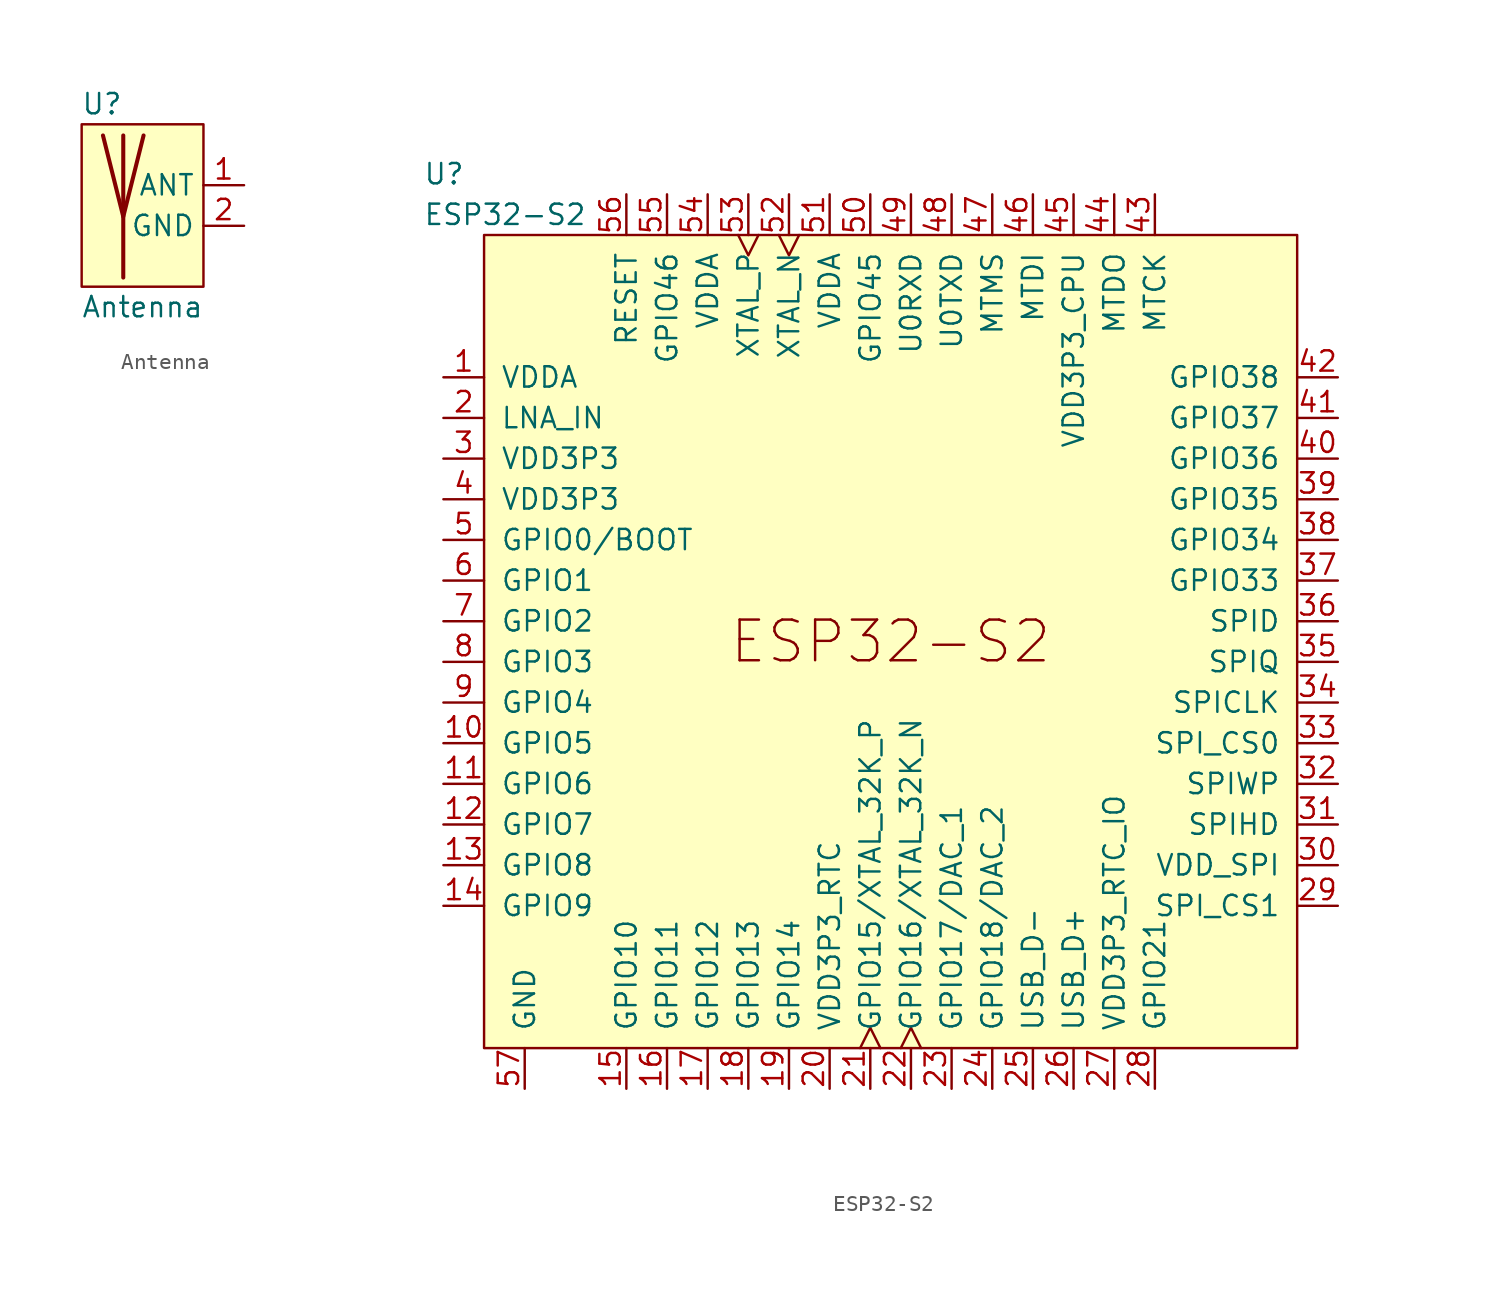
<source format=kicad_sym>
(kicad_symbol_lib
  (version 20211014)
  (generator kicad_symbol_editor)
  (symbol "Antenna"
    (property "Reference" "U"
      (at -2.54 6.35 0)
      (effects (font (size 1.27 1.27))))
    (property "Value" "Antenna"
      (at 0 -6.35 0)
      (effects (font (size 1.27 1.27))))
    (symbol "Antenna_0_1"
      (polyline (pts (xy -1.207 -3.239) (xy -1.207 -0.699)) (stroke (width 0) (type default) (color 0 0 0 0)) (fill (type none)))
      (polyline (pts (xy -1.207 4.381) (xy -1.207 -4.509)) (stroke (width 0.254) (type default) (color 0 0 0 0)) (fill (type none)))
      (polyline (pts (xy 0.063 4.381) (xy -1.207 -0.699) (xy -2.477 4.381)) (stroke (width 0.254) (type default) (color 0 0 0 0)) (fill (type none)))
      (rectangle (start 3.81 5.08) (end -3.81 -5.08) (stroke (width 0) (type default) (color 0 0 0 0)) (fill (type background))))
    (symbol "Antenna_1_1"
      (pin input line (at 6.35 1.27 180) (length 2.54) (name "ANT" (effects (font (size 1.27 1.27)))) (number "1" (effects (font (size 1.27 1.27)))))
      (pin input line (at 6.35 -1.27 180) (length 2.54) (name "GND" (effects (font (size 1.27 1.27)))) (number "2" (effects (font (size 1.27 1.27)))))))
  (symbol "ESP32-S2"
    (pin_names
      (offset 1.016))
    (property "Reference" "U"
      (at -29.21 29.21 0)
      (effects (font (size 1.27 1.27)) (justify left)))
    (property "Value" "ESP32-S2"
      (at -29.21 26.67 0)
      (effects (font (size 1.27 1.27)) (justify left)))
    (symbol "ESP32-S2_0_0"
      (text "ESP32-S2" (at 0 0 0) (effects (font (size 2.54 2.54)))))
    (symbol "ESP32-S2_0_1"
      (rectangle (start -25.4 25.4) (end 25.4 -25.4) (stroke (width 0) (type default) (color 0 0 0 0)) (fill (type background))))
    (symbol "ESP32-S2_1_1"
      (pin power_in line (at -27.94 16.51 0) (length 2.54) (name "VDDA" (effects (font (size 1.27 1.27)))) (number "1" (effects (font (size 1.27 1.27)))))
      (pin bidirectional line (at -27.94 -6.35 0) (length 2.54) (name "GPIO5" (effects (font (size 1.27 1.27)))) (number "10" (effects (font (size 1.27 1.27)))))
      (pin bidirectional line (at -27.94 -8.89 0) (length 2.54) (name "GPIO6" (effects (font (size 1.27 1.27)))) (number "11" (effects (font (size 1.27 1.27)))))
      (pin bidirectional line (at -27.94 -11.43 0) (length 2.54) (name "GPIO7" (effects (font (size 1.27 1.27)))) (number "12" (effects (font (size 1.27 1.27)))))
      (pin bidirectional line (at -27.94 -13.97 0) (length 2.54) (name "GPIO8" (effects (font (size 1.27 1.27)))) (number "13" (effects (font (size 1.27 1.27)))))
      (pin bidirectional line (at -27.94 -16.51 0) (length 2.54) (name "GPIO9" (effects (font (size 1.27 1.27)))) (number "14" (effects (font (size 1.27 1.27)))))
      (pin bidirectional line (at -16.51 -27.94 90) (length 2.54) (name "GPIO10" (effects (font (size 1.27 1.27)))) (number "15" (effects (font (size 1.27 1.27)))))
      (pin bidirectional line (at -13.97 -27.94 90) (length 2.54) (name "GPIO11" (effects (font (size 1.27 1.27)))) (number "16" (effects (font (size 1.27 1.27)))))
      (pin bidirectional line (at -11.43 -27.94 90) (length 2.54) (name "GPIO12" (effects (font (size 1.27 1.27)))) (number "17" (effects (font (size 1.27 1.27)))))
      (pin bidirectional line (at -8.89 -27.94 90) (length 2.54) (name "GPIO13" (effects (font (size 1.27 1.27)))) (number "18" (effects (font (size 1.27 1.27)))))
      (pin bidirectional line (at -6.35 -27.94 90) (length 2.54) (name "GPIO14" (effects (font (size 1.27 1.27)))) (number "19" (effects (font (size 1.27 1.27)))))
      (pin bidirectional line (at -27.94 13.97 0) (length 2.54) (name "LNA_IN" (effects (font (size 1.27 1.27)))) (number "2" (effects (font (size 1.27 1.27)))))
      (pin power_in line (at -3.81 -27.94 90) (length 2.54) (name "VDD3P3_RTC" (effects (font (size 1.27 1.27)))) (number "20" (effects (font (size 1.27 1.27)))))
      (pin bidirectional clock (at -1.27 -27.94 90) (length 2.54) (name "GPIO15/XTAL_32K_P" (effects (font (size 1.27 1.27)))) (number "21" (effects (font (size 1.27 1.27)))))
      (pin bidirectional clock (at 1.27 -27.94 90) (length 2.54) (name "GPIO16/XTAL_32K_N" (effects (font (size 1.27 1.27)))) (number "22" (effects (font (size 1.27 1.27)))))
      (pin bidirectional line (at 3.81 -27.94 90) (length 2.54) (name "GPIO17/DAC_1" (effects (font (size 1.27 1.27)))) (number "23" (effects (font (size 1.27 1.27)))))
      (pin bidirectional line (at 6.35 -27.94 90) (length 2.54) (name "GPIO18/DAC_2" (effects (font (size 1.27 1.27)))) (number "24" (effects (font (size 1.27 1.27)))))
      (pin bidirectional line (at 8.89 -27.94 90) (length 2.54) (name "USB_D-" (effects (font (size 1.27 1.27)))) (number "25" (effects (font (size 1.27 1.27)))))
      (pin bidirectional line (at 11.43 -27.94 90) (length 2.54) (name "USB_D+" (effects (font (size 1.27 1.27)))) (number "26" (effects (font (size 1.27 1.27)))))
      (pin power_in line (at 13.97 -27.94 90) (length 2.54) (name "VDD3P3_RTC_IO" (effects (font (size 1.27 1.27)))) (number "27" (effects (font (size 1.27 1.27)))))
      (pin bidirectional line (at 16.51 -27.94 90) (length 2.54) (name "GPIO21" (effects (font (size 1.27 1.27)))) (number "28" (effects (font (size 1.27 1.27)))))
      (pin bidirectional line (at 27.94 -16.51 180) (length 2.54) (name "SPI_CS1" (effects (font (size 1.27 1.27)))) (number "29" (effects (font (size 1.27 1.27)))))
      (pin power_in line (at -27.94 11.43 0) (length 2.54) (name "VDD3P3" (effects (font (size 1.27 1.27)))) (number "3" (effects (font (size 1.27 1.27)))))
      (pin power_in line (at 27.94 -13.97 180) (length 2.54) (name "VDD_SPI" (effects (font (size 1.27 1.27)))) (number "30" (effects (font (size 1.27 1.27)))))
      (pin bidirectional line (at 27.94 -11.43 180) (length 2.54) (name "SPIHD" (effects (font (size 1.27 1.27)))) (number "31" (effects (font (size 1.27 1.27)))))
      (pin bidirectional line (at 27.94 -8.89 180) (length 2.54) (name "SPIWP" (effects (font (size 1.27 1.27)))) (number "32" (effects (font (size 1.27 1.27)))))
      (pin bidirectional line (at 27.94 -6.35 180) (length 2.54) (name "SPI_CS0" (effects (font (size 1.27 1.27)))) (number "33" (effects (font (size 1.27 1.27)))))
      (pin bidirectional line (at 27.94 -3.81 180) (length 2.54) (name "SPICLK" (effects (font (size 1.27 1.27)))) (number "34" (effects (font (size 1.27 1.27)))))
      (pin bidirectional line (at 27.94 -1.27 180) (length 2.54) (name "SPIQ" (effects (font (size 1.27 1.27)))) (number "35" (effects (font (size 1.27 1.27)))))
      (pin bidirectional line (at 27.94 1.27 180) (length 2.54) (name "SPID" (effects (font (size 1.27 1.27)))) (number "36" (effects (font (size 1.27 1.27)))))
      (pin bidirectional line (at 27.94 3.81 180) (length 2.54) (name "GPIO33" (effects (font (size 1.27 1.27)))) (number "37" (effects (font (size 1.27 1.27)))))
      (pin bidirectional line (at 27.94 6.35 180) (length 2.54) (name "GPIO34" (effects (font (size 1.27 1.27)))) (number "38" (effects (font (size 1.27 1.27)))))
      (pin bidirectional line (at 27.94 8.89 180) (length 2.54) (name "GPIO35" (effects (font (size 1.27 1.27)))) (number "39" (effects (font (size 1.27 1.27)))))
      (pin passive line (at -27.94 8.89 0) (length 2.54) (name "VDD3P3" (effects (font (size 1.27 1.27)))) (number "4" (effects (font (size 1.27 1.27)))))
      (pin bidirectional line (at 27.94 11.43 180) (length 2.54) (name "GPIO36" (effects (font (size 1.27 1.27)))) (number "40" (effects (font (size 1.27 1.27)))))
      (pin bidirectional line (at 27.94 13.97 180) (length 2.54) (name "GPIO37" (effects (font (size 1.27 1.27)))) (number "41" (effects (font (size 1.27 1.27)))))
      (pin bidirectional line (at 27.94 16.51 180) (length 2.54) (name "GPIO38" (effects (font (size 1.27 1.27)))) (number "42" (effects (font (size 1.27 1.27)))))
      (pin bidirectional line (at 16.51 27.94 270) (length 2.54) (name "MTCK" (effects (font (size 1.27 1.27)))) (number "43" (effects (font (size 1.27 1.27)))))
      (pin bidirectional line (at 13.97 27.94 270) (length 2.54) (name "MTDO" (effects (font (size 1.27 1.27)))) (number "44" (effects (font (size 1.27 1.27)))))
      (pin power_in line (at 11.43 27.94 270) (length 2.54) (name "VDD3P3_CPU" (effects (font (size 1.27 1.27)))) (number "45" (effects (font (size 1.27 1.27)))))
      (pin bidirectional line (at 8.89 27.94 270) (length 2.54) (name "MTDI" (effects (font (size 1.27 1.27)))) (number "46" (effects (font (size 1.27 1.27)))))
      (pin bidirectional line (at 6.35 27.94 270) (length 2.54) (name "MTMS" (effects (font (size 1.27 1.27)))) (number "47" (effects (font (size 1.27 1.27)))))
      (pin bidirectional line (at 3.81 27.94 270) (length 2.54) (name "U0TXD" (effects (font (size 1.27 1.27)))) (number "48" (effects (font (size 1.27 1.27)))))
      (pin bidirectional line (at 1.27 27.94 270) (length 2.54) (name "U0RXD" (effects (font (size 1.27 1.27)))) (number "49" (effects (font (size 1.27 1.27)))))
      (pin bidirectional line (at -27.94 6.35 0) (length 2.54) (name "GPIO0/BOOT" (effects (font (size 1.27 1.27)))) (number "5" (effects (font (size 1.27 1.27)))))
      (pin bidirectional line (at -1.27 27.94 270) (length 2.54) (name "GPIO45" (effects (font (size 1.27 1.27)))) (number "50" (effects (font (size 1.27 1.27)))))
      (pin passive line (at -3.81 27.94 270) (length 2.54) (name "VDDA" (effects (font (size 1.27 1.27)))) (number "51" (effects (font (size 1.27 1.27)))))
      (pin bidirectional clock (at -6.35 27.94 270) (length 2.54) (name "XTAL_N" (effects (font (size 1.27 1.27)))) (number "52" (effects (font (size 1.27 1.27)))))
      (pin bidirectional clock (at -8.89 27.94 270) (length 2.54) (name "XTAL_P" (effects (font (size 1.27 1.27)))) (number "53" (effects (font (size 1.27 1.27)))))
      (pin passive line (at -11.43 27.94 270) (length 2.54) (name "VDDA" (effects (font (size 1.27 1.27)))) (number "54" (effects (font (size 1.27 1.27)))))
      (pin bidirectional line (at -13.97 27.94 270) (length 2.54) (name "GPIO46" (effects (font (size 1.27 1.27)))) (number "55" (effects (font (size 1.27 1.27)))))
      (pin bidirectional line (at -16.51 27.94 270) (length 2.54) (name "RESET" (effects (font (size 1.27 1.27)))) (number "56" (effects (font (size 1.27 1.27)))))
      (pin power_in line (at -22.86 -27.94 90) (length 2.54) (name "GND" (effects (font (size 1.27 1.27)))) (number "57" (effects (font (size 1.27 1.27)))))
      (pin bidirectional line (at -27.94 3.81 0) (length 2.54) (name "GPIO1" (effects (font (size 1.27 1.27)))) (number "6" (effects (font (size 1.27 1.27)))))
      (pin bidirectional line (at -27.94 1.27 0) (length 2.54) (name "GPIO2" (effects (font (size 1.27 1.27)))) (number "7" (effects (font (size 1.27 1.27)))))
      (pin bidirectional line (at -27.94 -1.27 0) (length 2.54) (name "GPIO3" (effects (font (size 1.27 1.27)))) (number "8" (effects (font (size 1.27 1.27)))))
      (pin bidirectional line (at -27.94 -3.81 0) (length 2.54) (name "GPIO4" (effects (font (size 1.27 1.27)))) (number "9" (effects (font (size 1.27 1.27))))))))
</source>
